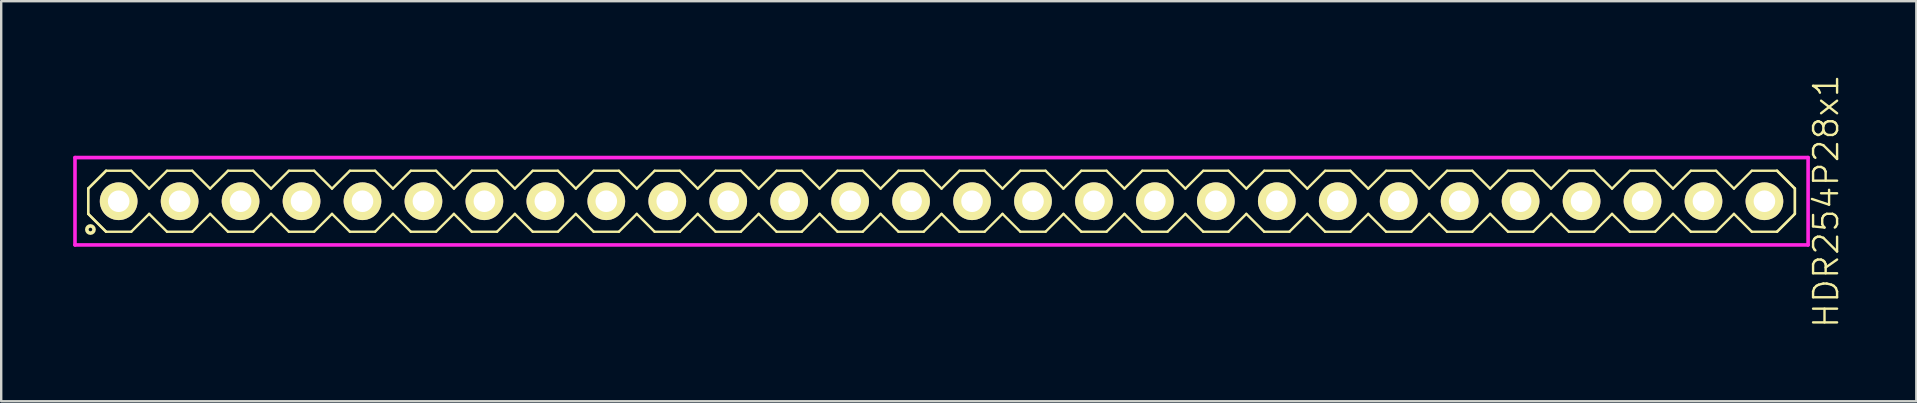
<source format=kicad_pcb>
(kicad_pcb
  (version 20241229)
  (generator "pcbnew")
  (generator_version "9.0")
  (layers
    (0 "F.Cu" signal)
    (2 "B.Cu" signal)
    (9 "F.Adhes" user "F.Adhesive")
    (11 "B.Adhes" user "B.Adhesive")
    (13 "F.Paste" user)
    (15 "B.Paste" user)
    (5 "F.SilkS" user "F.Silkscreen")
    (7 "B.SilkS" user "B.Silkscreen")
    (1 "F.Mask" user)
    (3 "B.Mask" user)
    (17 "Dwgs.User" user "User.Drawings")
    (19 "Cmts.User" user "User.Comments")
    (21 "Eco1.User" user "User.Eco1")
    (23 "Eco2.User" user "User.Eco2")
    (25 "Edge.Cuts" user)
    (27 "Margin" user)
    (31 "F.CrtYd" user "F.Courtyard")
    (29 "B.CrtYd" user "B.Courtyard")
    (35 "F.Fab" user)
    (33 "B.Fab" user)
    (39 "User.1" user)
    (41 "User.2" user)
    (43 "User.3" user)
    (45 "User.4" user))
  (footprint "HDR254P28x1"
    (layer "F.Cu")
    (at 36.185 5.336)
    (property "Reference" "HDR254P28x1" (at 36.86 0 90) (layer "F.SilkS") (effects (font (size 1 1) (thickness 0.1))))
    (attr through_hole)
    (fp_line (start -35.56 -0.526) (end -34.816 -1.27) (stroke (width 0.1) (type solid)) (layer "F.SilkS"))
    (fp_line (start -35.56 -0.526) (end -34.816 -1.27) (stroke (width 0.1) (type solid)) (layer "F.SilkS"))
    (fp_line (start -35.56 0.526) (end -35.56 -0.526) (stroke (width 0.1) (type solid)) (layer "F.SilkS"))
    (fp_line (start -35.56 0.526) (end -35.56 -0.526) (stroke (width 0.1) (type solid)) (layer "F.SilkS"))
    (fp_line (start -34.816 -1.27) (end -33.764 -1.27) (stroke (width 0.1) (type solid)) (layer "F.SilkS"))
    (fp_line (start -34.816 1.27) (end -35.56 0.526) (stroke (width 0.1) (type solid)) (layer "F.SilkS"))
    (fp_line (start -34.816 1.27) (end -35.56 0.526) (stroke (width 0.1) (type solid)) (layer "F.SilkS"))
    (fp_line (start -33.764 -1.27) (end -33.02 -0.526) (stroke (width 0.1) (type solid)) (layer "F.SilkS"))
    (fp_line (start -33.764 1.27) (end -34.816 1.27) (stroke (width 0.1) (type solid)) (layer "F.SilkS"))
    (fp_line (start -33.02 -0.526) (end -32.276 -1.27) (stroke (width 0.1) (type solid)) (layer "F.SilkS"))
    (fp_line (start -33.02 0.526) (end -33.764 1.27) (stroke (width 0.1) (type solid)) (layer "F.SilkS"))
    (fp_line (start -32.276 -1.27) (end -31.224 -1.27) (stroke (width 0.1) (type solid)) (layer "F.SilkS"))
    (fp_line (start -32.276 1.27) (end -33.02 0.526) (stroke (width 0.1) (type solid)) (layer "F.SilkS"))
    (fp_line (start -31.224 -1.27) (end -30.48 -0.526) (stroke (width 0.1) (type solid)) (layer "F.SilkS"))
    (fp_line (start -31.224 1.27) (end -32.276 1.27) (stroke (width 0.1) (type solid)) (layer "F.SilkS"))
    (fp_line (start -30.48 -0.526) (end -29.736 -1.27) (stroke (width 0.1) (type solid)) (layer "F.SilkS"))
    (fp_line (start -30.48 0.526) (end -31.224 1.27) (stroke (width 0.1) (type solid)) (layer "F.SilkS"))
    (fp_line (start -29.736 -1.27) (end -28.684 -1.27) (stroke (width 0.1) (type solid)) (layer "F.SilkS"))
    (fp_line (start -29.736 1.27) (end -30.48 0.526) (stroke (width 0.1) (type solid)) (layer "F.SilkS"))
    (fp_line (start -28.684 -1.27) (end -27.94 -0.526) (stroke (width 0.1) (type solid)) (layer "F.SilkS"))
    (fp_line (start -28.684 1.27) (end -29.736 1.27) (stroke (width 0.1) (type solid)) (layer "F.SilkS"))
    (fp_line (start -27.94 -0.526) (end -27.196 -1.27) (stroke (width 0.1) (type solid)) (layer "F.SilkS"))
    (fp_line (start -27.94 0.526) (end -28.684 1.27) (stroke (width 0.1) (type solid)) (layer "F.SilkS"))
    (fp_line (start -27.196 -1.27) (end -26.144 -1.27) (stroke (width 0.1) (type solid)) (layer "F.SilkS"))
    (fp_line (start -27.196 1.27) (end -27.94 0.526) (stroke (width 0.1) (type solid)) (layer "F.SilkS"))
    (fp_line (start -26.144 -1.27) (end -25.4 -0.526) (stroke (width 0.1) (type solid)) (layer "F.SilkS"))
    (fp_line (start -26.144 1.27) (end -27.196 1.27) (stroke (width 0.1) (type solid)) (layer "F.SilkS"))
    (fp_line (start -25.4 -0.526) (end -24.656 -1.27) (stroke (width 0.1) (type solid)) (layer "F.SilkS"))
    (fp_line (start -25.4 0.526) (end -26.144 1.27) (stroke (width 0.1) (type solid)) (layer "F.SilkS"))
    (fp_line (start -24.656 -1.27) (end -23.604 -1.27) (stroke (width 0.1) (type solid)) (layer "F.SilkS"))
    (fp_line (start -24.656 1.27) (end -25.4 0.526) (stroke (width 0.1) (type solid)) (layer "F.SilkS"))
    (fp_line (start -23.604 -1.27) (end -22.86 -0.526) (stroke (width 0.1) (type solid)) (layer "F.SilkS"))
    (fp_line (start -23.604 1.27) (end -24.656 1.27) (stroke (width 0.1) (type solid)) (layer "F.SilkS"))
    (fp_line (start -22.86 -0.526) (end -22.116 -1.27) (stroke (width 0.1) (type solid)) (layer "F.SilkS"))
    (fp_line (start -22.86 0.526) (end -23.604 1.27) (stroke (width 0.1) (type solid)) (layer "F.SilkS"))
    (fp_line (start -22.116 -1.27) (end -21.064 -1.27) (stroke (width 0.1) (type solid)) (layer "F.SilkS"))
    (fp_line (start -22.116 1.27) (end -22.86 0.526) (stroke (width 0.1) (type solid)) (layer "F.SilkS"))
    (fp_line (start -21.064 -1.27) (end -20.32 -0.526) (stroke (width 0.1) (type solid)) (layer "F.SilkS"))
    (fp_line (start -21.064 1.27) (end -22.116 1.27) (stroke (width 0.1) (type solid)) (layer "F.SilkS"))
    (fp_line (start -20.32 -0.526) (end -19.576 -1.27) (stroke (width 0.1) (type solid)) (layer "F.SilkS"))
    (fp_line (start -20.32 0.526) (end -21.064 1.27) (stroke (width 0.1) (type solid)) (layer "F.SilkS"))
    (fp_line (start -19.576 -1.27) (end -18.524 -1.27) (stroke (width 0.1) (type solid)) (layer "F.SilkS"))
    (fp_line (start -19.576 1.27) (end -20.32 0.526) (stroke (width 0.1) (type solid)) (layer "F.SilkS"))
    (fp_line (start -18.524 -1.27) (end -17.78 -0.526) (stroke (width 0.1) (type solid)) (layer "F.SilkS"))
    (fp_line (start -18.524 1.27) (end -19.576 1.27) (stroke (width 0.1) (type solid)) (layer "F.SilkS"))
    (fp_line (start -17.78 -0.526) (end -17.036 -1.27) (stroke (width 0.1) (type solid)) (layer "F.SilkS"))
    (fp_line (start -17.78 0.526) (end -18.524 1.27) (stroke (width 0.1) (type solid)) (layer "F.SilkS"))
    (fp_line (start -17.036 -1.27) (end -15.984 -1.27) (stroke (width 0.1) (type solid)) (layer "F.SilkS"))
    (fp_line (start -17.036 1.27) (end -17.78 0.526) (stroke (width 0.1) (type solid)) (layer "F.SilkS"))
    (fp_line (start -15.984 -1.27) (end -15.24 -0.526) (stroke (width 0.1) (type solid)) (layer "F.SilkS"))
    (fp_line (start -15.984 1.27) (end -17.036 1.27) (stroke (width 0.1) (type solid)) (layer "F.SilkS"))
    (fp_line (start -15.24 -0.526) (end -14.496 -1.27) (stroke (width 0.1) (type solid)) (layer "F.SilkS"))
    (fp_line (start -15.24 0.526) (end -15.984 1.27) (stroke (width 0.1) (type solid)) (layer "F.SilkS"))
    (fp_line (start -14.496 -1.27) (end -13.444 -1.27) (stroke (width 0.1) (type solid)) (layer "F.SilkS"))
    (fp_line (start -14.496 1.27) (end -15.24 0.526) (stroke (width 0.1) (type solid)) (layer "F.SilkS"))
    (fp_line (start -13.444 -1.27) (end -12.7 -0.526) (stroke (width 0.1) (type solid)) (layer "F.SilkS"))
    (fp_line (start -13.444 1.27) (end -14.496 1.27) (stroke (width 0.1) (type solid)) (layer "F.SilkS"))
    (fp_line (start -12.7 -0.526) (end -11.956 -1.27) (stroke (width 0.1) (type solid)) (layer "F.SilkS"))
    (fp_line (start -12.7 0.526) (end -13.444 1.27) (stroke (width 0.1) (type solid)) (layer "F.SilkS"))
    (fp_line (start -11.956 -1.27) (end -10.904 -1.27) (stroke (width 0.1) (type solid)) (layer "F.SilkS"))
    (fp_line (start -11.956 1.27) (end -12.7 0.526) (stroke (width 0.1) (type solid)) (layer "F.SilkS"))
    (fp_line (start -10.904 -1.27) (end -10.16 -0.526) (stroke (width 0.1) (type solid)) (layer "F.SilkS"))
    (fp_line (start -10.904 1.27) (end -11.956 1.27) (stroke (width 0.1) (type solid)) (layer "F.SilkS"))
    (fp_line (start -10.16 -0.526) (end -9.416 -1.27) (stroke (width 0.1) (type solid)) (layer "F.SilkS"))
    (fp_line (start -10.16 0.526) (end -10.904 1.27) (stroke (width 0.1) (type solid)) (layer "F.SilkS"))
    (fp_line (start -9.416 -1.27) (end -8.364 -1.27) (stroke (width 0.1) (type solid)) (layer "F.SilkS"))
    (fp_line (start -9.416 1.27) (end -10.16 0.526) (stroke (width 0.1) (type solid)) (layer "F.SilkS"))
    (fp_line (start -8.364 -1.27) (end -7.62 -0.526) (stroke (width 0.1) (type solid)) (layer "F.SilkS"))
    (fp_line (start -8.364 1.27) (end -9.416 1.27) (stroke (width 0.1) (type solid)) (layer "F.SilkS"))
    (fp_line (start -7.62 -0.526) (end -6.876 -1.27) (stroke (width 0.1) (type solid)) (layer "F.SilkS"))
    (fp_line (start -7.62 0.526) (end -8.364 1.27) (stroke (width 0.1) (type solid)) (layer "F.SilkS"))
    (fp_line (start -6.876 -1.27) (end -5.824 -1.27) (stroke (width 0.1) (type solid)) (layer "F.SilkS"))
    (fp_line (start -6.876 1.27) (end -7.62 0.526) (stroke (width 0.1) (type solid)) (layer "F.SilkS"))
    (fp_line (start -5.824 -1.27) (end -5.08 -0.526) (stroke (width 0.1) (type solid)) (layer "F.SilkS"))
    (fp_line (start -5.824 1.27) (end -6.876 1.27) (stroke (width 0.1) (type solid)) (layer "F.SilkS"))
    (fp_line (start -5.08 -0.526) (end -4.336 -1.27) (stroke (width 0.1) (type solid)) (layer "F.SilkS"))
    (fp_line (start -5.08 0.526) (end -5.824 1.27) (stroke (width 0.1) (type solid)) (layer "F.SilkS"))
    (fp_line (start -4.336 -1.27) (end -3.284 -1.27) (stroke (width 0.1) (type solid)) (layer "F.SilkS"))
    (fp_line (start -4.336 1.27) (end -5.08 0.526) (stroke (width 0.1) (type solid)) (layer "F.SilkS"))
    (fp_line (start -3.284 -1.27) (end -2.54 -0.526) (stroke (width 0.1) (type solid)) (layer "F.SilkS"))
    (fp_line (start -3.284 1.27) (end -4.336 1.27) (stroke (width 0.1) (type solid)) (layer "F.SilkS"))
    (fp_line (start -2.54 -0.526) (end -1.796 -1.27) (stroke (width 0.1) (type solid)) (layer "F.SilkS"))
    (fp_line (start -2.54 0.526) (end -3.284 1.27) (stroke (width 0.1) (type solid)) (layer "F.SilkS"))
    (fp_line (start -1.796 -1.27) (end -0.744 -1.27) (stroke (width 0.1) (type solid)) (layer "F.SilkS"))
    (fp_line (start -1.796 1.27) (end -2.54 0.526) (stroke (width 0.1) (type solid)) (layer "F.SilkS"))
    (fp_line (start -0.744 -1.27) (end 0 -0.526) (stroke (width 0.1) (type solid)) (layer "F.SilkS"))
    (fp_line (start -0.744 1.27) (end -1.796 1.27) (stroke (width 0.1) (type solid)) (layer "F.SilkS"))
    (fp_line (start 0 -0.526) (end 0.744 -1.27) (stroke (width 0.1) (type solid)) (layer "F.SilkS"))
    (fp_line (start 0 0.526) (end -0.744 1.27) (stroke (width 0.1) (type solid)) (layer "F.SilkS"))
    (fp_line (start 0.744 -1.27) (end 1.796 -1.27) (stroke (width 0.1) (type solid)) (layer "F.SilkS"))
    (fp_line (start 0.744 1.27) (end 0 0.526) (stroke (width 0.1) (type solid)) (layer "F.SilkS"))
    (fp_line (start 1.796 -1.27) (end 2.54 -0.526) (stroke (width 0.1) (type solid)) (layer "F.SilkS"))
    (fp_line (start 1.796 1.27) (end 0.744 1.27) (stroke (width 0.1) (type solid)) (layer "F.SilkS"))
    (fp_line (start 2.54 -0.526) (end 3.284 -1.27) (stroke (width 0.1) (type solid)) (layer "F.SilkS"))
    (fp_line (start 2.54 0.526) (end 1.796 1.27) (stroke (width 0.1) (type solid)) (layer "F.SilkS"))
    (fp_line (start 3.284 -1.27) (end 4.336 -1.27) (stroke (width 0.1) (type solid)) (layer "F.SilkS"))
    (fp_line (start 3.284 1.27) (end 2.54 0.526) (stroke (width 0.1) (type solid)) (layer "F.SilkS"))
    (fp_line (start 4.336 -1.27) (end 5.08 -0.526) (stroke (width 0.1) (type solid)) (layer "F.SilkS"))
    (fp_line (start 4.336 1.27) (end 3.284 1.27) (stroke (width 0.1) (type solid)) (layer "F.SilkS"))
    (fp_line (start 5.08 -0.526) (end 5.824 -1.27) (stroke (width 0.1) (type solid)) (layer "F.SilkS"))
    (fp_line (start 5.08 0.526) (end 4.336 1.27) (stroke (width 0.1) (type solid)) (layer "F.SilkS"))
    (fp_line (start 5.824 -1.27) (end 6.876 -1.27) (stroke (width 0.1) (type solid)) (layer "F.SilkS"))
    (fp_line (start 5.824 1.27) (end 5.08 0.526) (stroke (width 0.1) (type solid)) (layer "F.SilkS"))
    (fp_line (start 6.876 -1.27) (end 7.62 -0.526) (stroke (width 0.1) (type solid)) (layer "F.SilkS"))
    (fp_line (start 6.876 1.27) (end 5.824 1.27) (stroke (width 0.1) (type solid)) (layer "F.SilkS"))
    (fp_line (start 7.62 -0.526) (end 8.364 -1.27) (stroke (width 0.1) (type solid)) (layer "F.SilkS"))
    (fp_line (start 7.62 0.526) (end 6.876 1.27) (stroke (width 0.1) (type solid)) (layer "F.SilkS"))
    (fp_line (start 8.364 -1.27) (end 9.416 -1.27) (stroke (width 0.1) (type solid)) (layer "F.SilkS"))
    (fp_line (start 8.364 1.27) (end 7.62 0.526) (stroke (width 0.1) (type solid)) (layer "F.SilkS"))
    (fp_line (start 9.416 -1.27) (end 10.16 -0.526) (stroke (width 0.1) (type solid)) (layer "F.SilkS"))
    (fp_line (start 9.416 1.27) (end 8.364 1.27) (stroke (width 0.1) (type solid)) (layer "F.SilkS"))
    (fp_line (start 10.16 -0.526) (end 10.904 -1.27) (stroke (width 0.1) (type solid)) (layer "F.SilkS"))
    (fp_line (start 10.16 0.526) (end 9.416 1.27) (stroke (width 0.1) (type solid)) (layer "F.SilkS"))
    (fp_line (start 10.904 -1.27) (end 11.956 -1.27) (stroke (width 0.1) (type solid)) (layer "F.SilkS"))
    (fp_line (start 10.904 1.27) (end 10.16 0.526) (stroke (width 0.1) (type solid)) (layer "F.SilkS"))
    (fp_line (start 11.956 -1.27) (end 12.7 -0.526) (stroke (width 0.1) (type solid)) (layer "F.SilkS"))
    (fp_line (start 11.956 1.27) (end 10.904 1.27) (stroke (width 0.1) (type solid)) (layer "F.SilkS"))
    (fp_line (start 12.7 -0.526) (end 13.444 -1.27) (stroke (width 0.1) (type solid)) (layer "F.SilkS"))
    (fp_line (start 12.7 0.526) (end 11.956 1.27) (stroke (width 0.1) (type solid)) (layer "F.SilkS"))
    (fp_line (start 13.444 -1.27) (end 14.496 -1.27) (stroke (width 0.1) (type solid)) (layer "F.SilkS"))
    (fp_line (start 13.444 1.27) (end 12.7 0.526) (stroke (width 0.1) (type solid)) (layer "F.SilkS"))
    (fp_line (start 14.496 -1.27) (end 15.24 -0.526) (stroke (width 0.1) (type solid)) (layer "F.SilkS"))
    (fp_line (start 14.496 1.27) (end 13.444 1.27) (stroke (width 0.1) (type solid)) (layer "F.SilkS"))
    (fp_line (start 15.24 -0.526) (end 15.984 -1.27) (stroke (width 0.1) (type solid)) (layer "F.SilkS"))
    (fp_line (start 15.24 0.526) (end 14.496 1.27) (stroke (width 0.1) (type solid)) (layer "F.SilkS"))
    (fp_line (start 15.984 -1.27) (end 17.036 -1.27) (stroke (width 0.1) (type solid)) (layer "F.SilkS"))
    (fp_line (start 15.984 1.27) (end 15.24 0.526) (stroke (width 0.1) (type solid)) (layer "F.SilkS"))
    (fp_line (start 17.036 -1.27) (end 17.78 -0.526) (stroke (width 0.1) (type solid)) (layer "F.SilkS"))
    (fp_line (start 17.036 1.27) (end 15.984 1.27) (stroke (width 0.1) (type solid)) (layer "F.SilkS"))
    (fp_line (start 17.78 -0.526) (end 18.524 -1.27) (stroke (width 0.1) (type solid)) (layer "F.SilkS"))
    (fp_line (start 17.78 0.526) (end 17.036 1.27) (stroke (width 0.1) (type solid)) (layer "F.SilkS"))
    (fp_line (start 18.524 -1.27) (end 19.576 -1.27) (stroke (width 0.1) (type solid)) (layer "F.SilkS"))
    (fp_line (start 18.524 1.27) (end 17.78 0.526) (stroke (width 0.1) (type solid)) (layer "F.SilkS"))
    (fp_line (start 19.576 -1.27) (end 20.32 -0.526) (stroke (width 0.1) (type solid)) (layer "F.SilkS"))
    (fp_line (start 19.576 1.27) (end 18.524 1.27) (stroke (width 0.1) (type solid)) (layer "F.SilkS"))
    (fp_line (start 20.32 -0.526) (end 21.064 -1.27) (stroke (width 0.1) (type solid)) (layer "F.SilkS"))
    (fp_line (start 20.32 0.526) (end 19.576 1.27) (stroke (width 0.1) (type solid)) (layer "F.SilkS"))
    (fp_line (start 21.064 -1.27) (end 22.116 -1.27) (stroke (width 0.1) (type solid)) (layer "F.SilkS"))
    (fp_line (start 21.064 1.27) (end 20.32 0.526) (stroke (width 0.1) (type solid)) (layer "F.SilkS"))
    (fp_line (start 22.116 -1.27) (end 22.86 -0.526) (stroke (width 0.1) (type solid)) (layer "F.SilkS"))
    (fp_line (start 22.116 1.27) (end 21.064 1.27) (stroke (width 0.1) (type solid)) (layer "F.SilkS"))
    (fp_line (start 22.86 -0.526) (end 23.604 -1.27) (stroke (width 0.1) (type solid)) (layer "F.SilkS"))
    (fp_line (start 22.86 0.526) (end 22.116 1.27) (stroke (width 0.1) (type solid)) (layer "F.SilkS"))
    (fp_line (start 23.604 -1.27) (end 24.656 -1.27) (stroke (width 0.1) (type solid)) (layer "F.SilkS"))
    (fp_line (start 23.604 1.27) (end 22.86 0.526) (stroke (width 0.1) (type solid)) (layer "F.SilkS"))
    (fp_line (start 24.656 -1.27) (end 25.4 -0.526) (stroke (width 0.1) (type solid)) (layer "F.SilkS"))
    (fp_line (start 24.656 1.27) (end 23.604 1.27) (stroke (width 0.1) (type solid)) (layer "F.SilkS"))
    (fp_line (start 25.4 -0.526) (end 26.144 -1.27) (stroke (width 0.1) (type solid)) (layer "F.SilkS"))
    (fp_line (start 25.4 0.526) (end 24.656 1.27) (stroke (width 0.1) (type solid)) (layer "F.SilkS"))
    (fp_line (start 26.144 -1.27) (end 27.196 -1.27) (stroke (width 0.1) (type solid)) (layer "F.SilkS"))
    (fp_line (start 26.144 1.27) (end 25.4 0.526) (stroke (width 0.1) (type solid)) (layer "F.SilkS"))
    (fp_line (start 27.196 -1.27) (end 27.94 -0.526) (stroke (width 0.1) (type solid)) (layer "F.SilkS"))
    (fp_line (start 27.196 1.27) (end 26.144 1.27) (stroke (width 0.1) (type solid)) (layer "F.SilkS"))
    (fp_line (start 27.94 -0.526) (end 28.684 -1.27) (stroke (width 0.1) (type solid)) (layer "F.SilkS"))
    (fp_line (start 27.94 0.526) (end 27.196 1.27) (stroke (width 0.1) (type solid)) (layer "F.SilkS"))
    (fp_line (start 28.684 -1.27) (end 29.736 -1.27) (stroke (width 0.1) (type solid)) (layer "F.SilkS"))
    (fp_line (start 28.684 1.27) (end 27.94 0.526) (stroke (width 0.1) (type solid)) (layer "F.SilkS"))
    (fp_line (start 29.736 -1.27) (end 30.48 -0.526) (stroke (width 0.1) (type solid)) (layer "F.SilkS"))
    (fp_line (start 29.736 1.27) (end 28.684 1.27) (stroke (width 0.1) (type solid)) (layer "F.SilkS"))
    (fp_line (start 30.48 -0.526) (end 31.224 -1.27) (stroke (width 0.1) (type solid)) (layer "F.SilkS"))
    (fp_line (start 30.48 0.526) (end 29.736 1.27) (stroke (width 0.1) (type solid)) (layer "F.SilkS"))
    (fp_line (start 31.224 -1.27) (end 32.276 -1.27) (stroke (width 0.1) (type solid)) (layer "F.SilkS"))
    (fp_line (start 31.224 1.27) (end 30.48 0.526) (stroke (width 0.1) (type solid)) (layer "F.SilkS"))
    (fp_line (start 32.276 -1.27) (end 33.02 -0.526) (stroke (width 0.1) (type solid)) (layer "F.SilkS"))
    (fp_line (start 32.276 1.27) (end 31.224 1.27) (stroke (width 0.1) (type solid)) (layer "F.SilkS"))
    (fp_line (start 33.02 -0.526) (end 33.764 -1.27) (stroke (width 0.1) (type solid)) (layer "F.SilkS"))
    (fp_line (start 33.02 0.526) (end 32.276 1.27) (stroke (width 0.1) (type solid)) (layer "F.SilkS"))
    (fp_line (start 33.764 -1.27) (end 34.816 -1.27) (stroke (width 0.1) (type solid)) (layer "F.SilkS"))
    (fp_line (start 33.764 1.27) (end 33.02 0.526) (stroke (width 0.1) (type solid)) (layer "F.SilkS"))
    (fp_line (start 34.816 -1.27) (end 35.56 -0.526) (stroke (width 0.1) (type solid)) (layer "F.SilkS"))
    (fp_line (start 34.816 -1.27) (end 35.56 -0.526) (stroke (width 0.1) (type solid)) (layer "F.SilkS"))
    (fp_line (start 34.816 1.27) (end 33.764 1.27) (stroke (width 0.1) (type solid)) (layer "F.SilkS"))
    (fp_line (start 35.56 -0.526) (end 35.56 0.526) (stroke (width 0.1) (type solid)) (layer "F.SilkS"))
    (fp_line (start 35.56 -0.526) (end 35.56 0.526) (stroke (width 0.1) (type solid)) (layer "F.SilkS"))
    (fp_line (start 35.56 0.526) (end 34.816 1.27) (stroke (width 0.1) (type solid)) (layer "F.SilkS"))
    (fp_line (start 35.56 0.526) (end 34.816 1.27) (stroke (width 0.1) (type solid)) (layer "F.SilkS"))
    (fp_circle (center -35.467 1.178) (end -35.317 1.178) (stroke (width 0.15) (type solid)) (fill no) (layer "F.SilkS"))
    (fp_line (start -36.11 -1.82) (end -36.11 1.82) (stroke (width 0.15) (type solid)) (layer "F.CrtYd"))
    (fp_line (start -36.11 1.82) (end 36.11 1.82) (stroke (width 0.15) (type solid)) (layer "F.CrtYd"))
    (fp_line (start 36.11 -1.82) (end -36.11 -1.82) (stroke (width 0.15) (type solid)) (layer "F.CrtYd"))
    (fp_line (start 36.11 1.82) (end 36.11 -1.82) (stroke (width 0.15) (type solid)) (layer "F.CrtYd"))
    (pad "1" thru_hole oval (at -34.29 0) (size 1.57 1.57) (drill 0.9) (layers "*.Cu" "*.Mask" "F.SilkS"))
    (pad "2" thru_hole oval (at -31.75 0) (size 1.57 1.57) (drill 0.9) (layers "*.Cu" "*.Mask" "F.SilkS"))
    (pad "3" thru_hole oval (at -29.21 0) (size 1.57 1.57) (drill 0.9) (layers "*.Cu" "*.Mask" "F.SilkS"))
    (pad "4" thru_hole oval (at -26.67 0) (size 1.57 1.57) (drill 0.9) (layers "*.Cu" "*.Mask" "F.SilkS"))
    (pad "5" thru_hole oval (at -24.13 0) (size 1.57 1.57) (drill 0.9) (layers "*.Cu" "*.Mask" "F.SilkS"))
    (pad "6" thru_hole oval (at -21.59 0) (size 1.57 1.57) (drill 0.9) (layers "*.Cu" "*.Mask" "F.SilkS"))
    (pad "7" thru_hole oval (at -19.05 0) (size 1.57 1.57) (drill 0.9) (layers "*.Cu" "*.Mask" "F.SilkS"))
    (pad "8" thru_hole oval (at -16.51 0) (size 1.57 1.57) (drill 0.9) (layers "*.Cu" "*.Mask" "F.SilkS"))
    (pad "9" thru_hole oval (at -13.97 0) (size 1.57 1.57) (drill 0.9) (layers "*.Cu" "*.Mask" "F.SilkS"))
    (pad "10" thru_hole oval (at -11.43 0) (size 1.57 1.57) (drill 0.9) (layers "*.Cu" "*.Mask" "F.SilkS"))
    (pad "11" thru_hole oval (at -8.89 0) (size 1.57 1.57) (drill 0.9) (layers "*.Cu" "*.Mask" "F.SilkS"))
    (pad "12" thru_hole oval (at -6.35 0) (size 1.57 1.57) (drill 0.9) (layers "*.Cu" "*.Mask" "F.SilkS"))
    (pad "13" thru_hole oval (at -3.81 0) (size 1.57 1.57) (drill 0.9) (layers "*.Cu" "*.Mask" "F.SilkS"))
    (pad "14" thru_hole oval (at -1.27 0) (size 1.57 1.57) (drill 0.9) (layers "*.Cu" "*.Mask" "F.SilkS"))
    (pad "15" thru_hole oval (at 1.27 0) (size 1.57 1.57) (drill 0.9) (layers "*.Cu" "*.Mask" "F.SilkS"))
    (pad "16" thru_hole oval (at 3.81 0) (size 1.57 1.57) (drill 0.9) (layers "*.Cu" "*.Mask" "F.SilkS"))
    (pad "17" thru_hole oval (at 6.35 0) (size 1.57 1.57) (drill 0.9) (layers "*.Cu" "*.Mask" "F.SilkS"))
    (pad "18" thru_hole oval (at 8.89 0) (size 1.57 1.57) (drill 0.9) (layers "*.Cu" "*.Mask" "F.SilkS"))
    (pad "19" thru_hole oval (at 11.43 0) (size 1.57 1.57) (drill 0.9) (layers "*.Cu" "*.Mask" "F.SilkS"))
    (pad "20" thru_hole oval (at 13.97 0) (size 1.57 1.57) (drill 0.9) (layers "*.Cu" "*.Mask" "F.SilkS"))
    (pad "21" thru_hole oval (at 16.51 0) (size 1.57 1.57) (drill 0.9) (layers "*.Cu" "*.Mask" "F.SilkS"))
    (pad "22" thru_hole oval (at 19.05 0) (size 1.57 1.57) (drill 0.9) (layers "*.Cu" "*.Mask" "F.SilkS"))
    (pad "23" thru_hole oval (at 21.59 0) (size 1.57 1.57) (drill 0.9) (layers "*.Cu" "*.Mask" "F.SilkS"))
    (pad "24" thru_hole oval (at 24.13 0) (size 1.57 1.57) (drill 0.9) (layers "*.Cu" "*.Mask" "F.SilkS"))
    (pad "25" thru_hole oval (at 26.67 0) (size 1.57 1.57) (drill 0.9) (layers "*.Cu" "*.Mask" "F.SilkS"))
    (pad "26" thru_hole oval (at 29.21 0) (size 1.57 1.57) (drill 0.9) (layers "*.Cu" "*.Mask" "F.SilkS"))
    (pad "27" thru_hole oval (at 31.75 0) (size 1.57 1.57) (drill 0.9) (layers "*.Cu" "*.Mask" "F.SilkS"))
    (pad "28" thru_hole oval (at 34.29 0) (size 1.57 1.57) (drill 0.9) (layers "*.Cu" "*.Mask" "F.SilkS")))
  (gr_rect
    (start -3 -3)
    (end 76.805 13.671)
    (stroke (width 0.1) (type default))
    (fill no)
    (layer "Edge.Cuts")))
</source>
